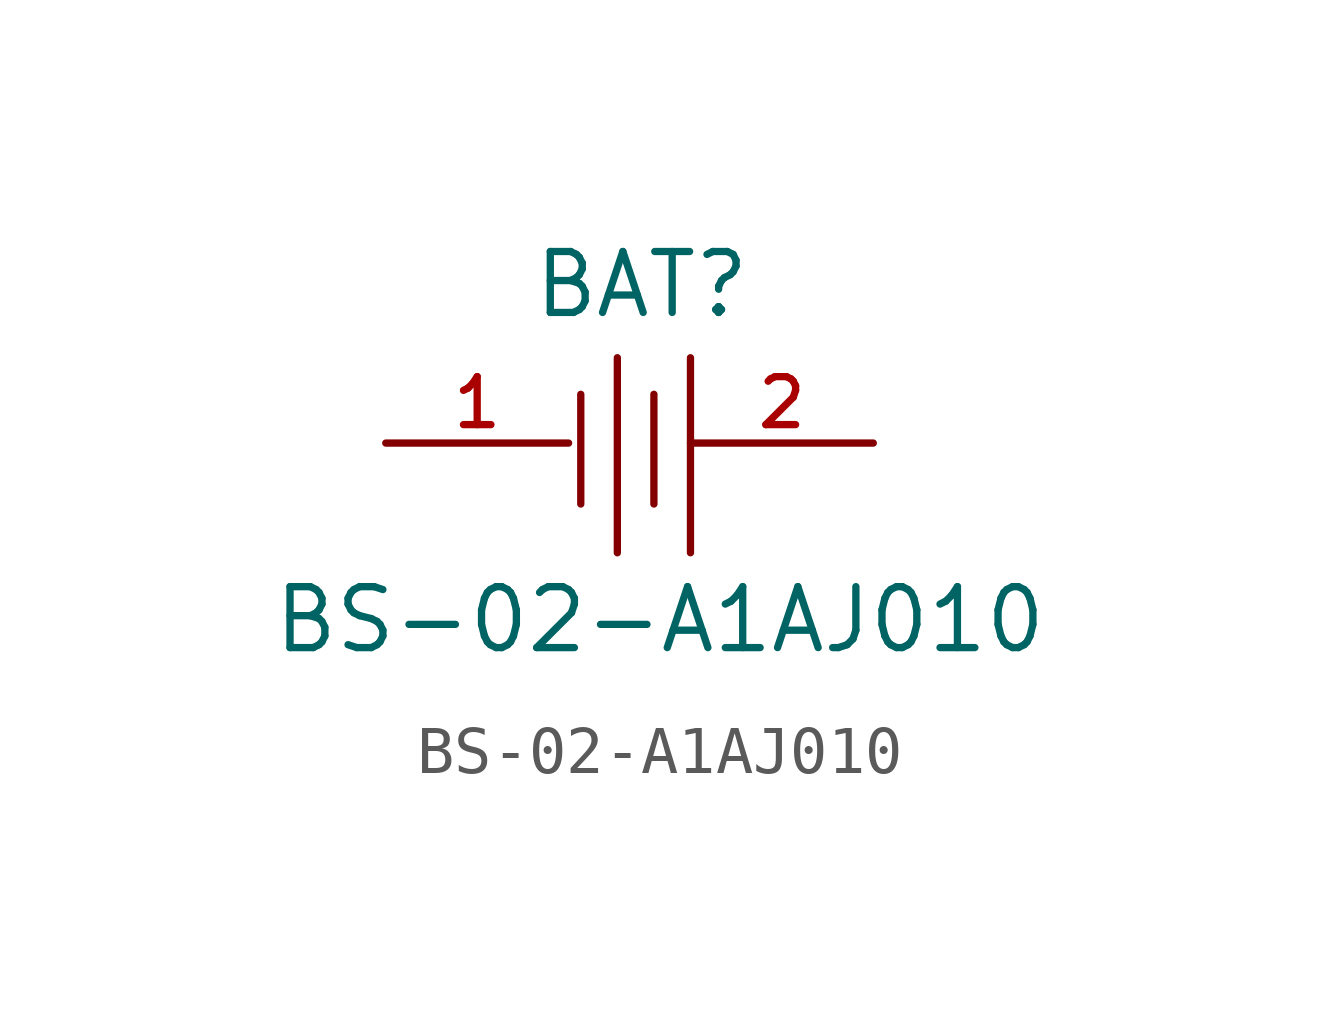
<source format=kicad_sym>
(kicad_symbol_lib
  (version 20220914)
  (generator kicad_symbol_editor)
  (symbol "BS-02-A1AJ010"
    (pin_names hide)
    (property "Reference" "BAT"
      (at 0.254 3.302 0)
      (effects (font (size 1.27 1.27))))
    (property "Value" "BS-02-A1AJ010"
      (at 0.635 -3.683 0)
      (effects (font (size 1.27 1.27))))
    (symbol "BS-02-A1AJ010_0_1"
      (polyline (pts (xy -1.016 -1.27) (xy -1.016 1.016)) (stroke (width 0) (type default)) (fill (type none)))
      (polyline (pts (xy -0.254 -2.286) (xy -0.254 1.778)) (stroke (width 0) (type default)) (fill (type none)))
      (polyline (pts (xy 0.508 -1.27) (xy 0.508 1.016)) (stroke (width 0) (type default)) (fill (type none)))
      (polyline (pts (xy 1.27 -2.286) (xy 1.27 1.778)) (stroke (width 0) (type default)) (fill (type none)))
      (pin input line (at -5.08 0 0) (length 3.81) (name "1" (effects (font (size 1 1)))) (number "1" (effects (font (size 1 1)))))
      (pin input line (at 5.08 0 180) (length 3.81) (name "2" (effects (font (size 1 1)))) (number "2" (effects (font (size 1 1))))))))
</source>
